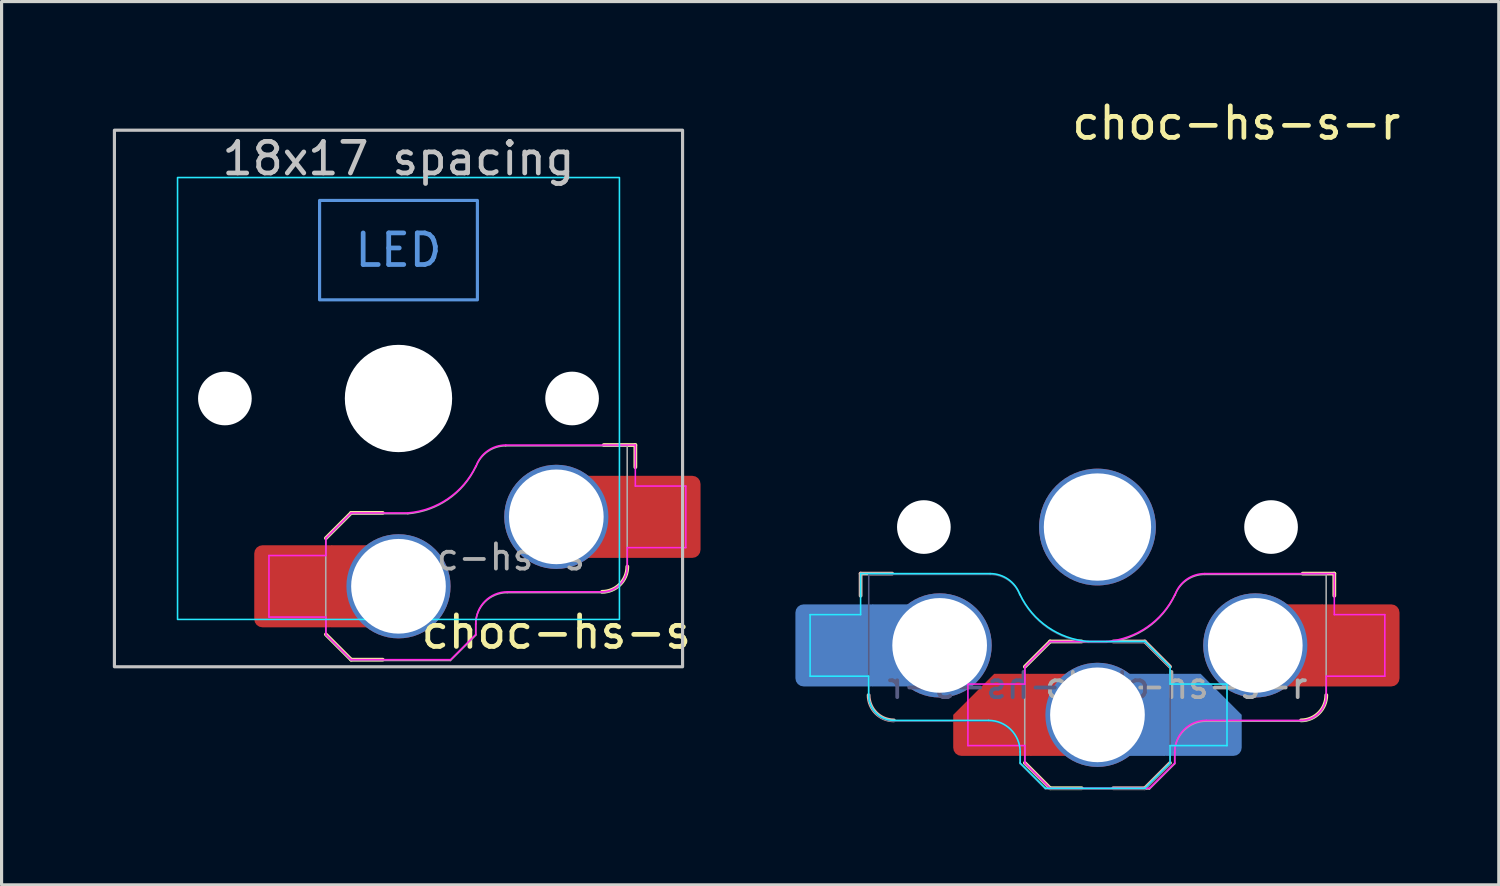
<source format=kicad_pcb>
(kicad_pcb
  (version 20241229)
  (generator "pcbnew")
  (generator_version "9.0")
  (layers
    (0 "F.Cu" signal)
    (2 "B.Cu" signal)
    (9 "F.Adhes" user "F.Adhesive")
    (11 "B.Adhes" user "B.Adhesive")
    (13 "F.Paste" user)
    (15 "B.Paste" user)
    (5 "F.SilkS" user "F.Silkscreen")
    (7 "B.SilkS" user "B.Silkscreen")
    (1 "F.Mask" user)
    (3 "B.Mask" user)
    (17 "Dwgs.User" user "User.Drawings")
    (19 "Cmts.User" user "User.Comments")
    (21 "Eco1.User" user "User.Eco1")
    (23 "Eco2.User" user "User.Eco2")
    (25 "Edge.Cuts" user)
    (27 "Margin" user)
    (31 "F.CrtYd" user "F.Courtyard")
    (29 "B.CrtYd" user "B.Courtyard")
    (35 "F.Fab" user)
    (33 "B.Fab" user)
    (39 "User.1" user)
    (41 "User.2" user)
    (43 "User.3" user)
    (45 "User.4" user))
  (footprint "choc-hs-s-r"
    (layer "F.Cu")
    (at 31.72 13.648)
    (property "Reference" "choc-hs-s-r" (at 4.4 -12.8 180) (layer "F.SilkS") (effects (font (size 1 1) (thickness 0.15))))
    (attr smd)
    (fp_line (start -2.3 7.475) (end -1.5 8.275) (stroke (width 0.12) (type solid)) (layer "F.SilkS"))
    (fp_line (start -1.5 3.625) (end -2.3 4.425) (stroke (width 0.12) (type solid)) (layer "F.SilkS"))
    (fp_line (start -1.5 3.625) (end -0.5 3.625) (stroke (width 0.12) (type solid)) (layer "F.SilkS"))
    (fp_line (start -1.5 8.275) (end -0.5 8.275) (stroke (width 0.12) (type solid)) (layer "F.SilkS"))
    (fp_line (start 7.504 1.475) (end 6.504 1.475) (stroke (width 0.12) (type solid)) (layer "F.SilkS"))
    (fp_line (start 7.504 1.475) (end 7.504 2.175) (stroke (width 0.12) (type solid)) (layer "F.SilkS"))
    (fp_arc (start 7.25 5.325) (mid 7.015685 5.890685) (end 6.45 6.125) (stroke (width 0.12) (type solid)) (layer "F.SilkS"))
    (fp_line (start -7.504 1.475) (end -7.504 2.175) (stroke (width 0.12) (type solid)) (layer "B.SilkS"))
    (fp_line (start -7.504 1.475) (end -6.504 1.475) (stroke (width 0.12) (type solid)) (layer "B.SilkS"))
    (fp_line (start 1.5 3.625) (end 0.5 3.625) (stroke (width 0.12) (type solid)) (layer "B.SilkS"))
    (fp_line (start 1.5 3.625) (end 2.3 4.425) (stroke (width 0.12) (type solid)) (layer "B.SilkS"))
    (fp_line (start 1.5 8.275) (end 0.5 8.275) (stroke (width 0.12) (type solid)) (layer "B.SilkS"))
    (fp_line (start 2.3 7.475) (end 1.5 8.275) (stroke (width 0.12) (type solid)) (layer "B.SilkS"))
    (fp_arc (start -6.450001 6.125) (mid -7.015686 5.890686) (end -7.25 5.325001) (stroke (width 0.12) (type solid)) (layer "B.SilkS"))
    (fp_line (start -9.104 4.725) (end -9.104 2.775) (stroke (width 0.05) (type solid)) (layer "B.CrtYd"))
    (fp_line (start -9.104 2.775) (end -7.504 2.775) (stroke (width 0.05) (type solid)) (layer "B.CrtYd"))
    (fp_line (start -7.504 2.175) (end -7.504 2.775) (stroke (width 0.05) (type solid)) (layer "B.CrtYd"))
    (fp_line (start -7.504 1.475) (end -7.504 2.175) (stroke (width 0.05) (type solid)) (layer "B.CrtYd"))
    (fp_line (start -7.504 1.475) (end -3.4 1.475) (stroke (width 0.05) (type solid)) (layer "B.CrtYd"))
    (fp_line (start -7.25 5.325) (end -7.25 4.725) (stroke (width 0.05) (type solid)) (layer "B.CrtYd"))
    (fp_line (start -7.25 4.725) (end -9.104 4.725) (stroke (width 0.05) (type solid)) (layer "B.CrtYd"))
    (fp_line (start -3.45 6.125) (end -6.45 6.125) (stroke (width 0.05) (type solid)) (layer "B.CrtYd"))
    (fp_line (start -2.45 7.475) (end -2.45 7.125) (stroke (width 0.05) (type solid)) (layer "B.CrtYd"))
    (fp_line (start -2.45 7.475) (end -1.65 8.275) (stroke (width 0.05) (type solid)) (layer "B.CrtYd"))
    (fp_line (start 1.5 3.625) (end -0.3 3.625) (stroke (width 0.05) (type solid)) (layer "B.CrtYd"))
    (fp_line (start 1.5 3.625) (end 2.3 4.425) (stroke (width 0.05) (type solid)) (layer "B.CrtYd"))
    (fp_line (start 1.5 8.275) (end -1.65 8.275) (stroke (width 0.05) (type solid)) (layer "B.CrtYd"))
    (fp_line (start 2.3 7.475) (end 1.5 8.275) (stroke (width 0.05) (type solid)) (layer "B.CrtYd"))
    (fp_line (start 2.3 7.475) (end 2.3 6.925) (stroke (width 0.05) (type solid)) (layer "B.CrtYd"))
    (fp_line (start 2.3 4.975) (end 2.3 4.425) (stroke (width 0.05) (type solid)) (layer "B.CrtYd"))
    (fp_line (start 4.104 4.975) (end 2.3 4.975) (stroke (width 0.05) (type solid)) (layer "B.CrtYd"))
    (fp_line (start 4.104 4.975) (end 4.104 6.925) (stroke (width 0.05) (type solid)) (layer "B.CrtYd"))
    (fp_line (start 4.104 6.925) (end 2.3 6.925) (stroke (width 0.05) (type solid)) (layer "B.CrtYd"))
    (fp_arc (start -6.450001 6.125) (mid -7.015686 5.890686) (end -7.25 5.325001) (stroke (width 0.05) (type solid)) (layer "B.CrtYd"))
    (fp_arc (start -3.450001 6.124999) (mid -2.742895 6.417893) (end -2.45 7.125) (stroke (width 0.05) (type solid)) (layer "B.CrtYd"))
    (fp_arc (start -3.4 1.475) (mid -2.826423 1.655848) (end -2.460307 2.13298) (stroke (width 0.05) (type solid)) (layer "B.CrtYd"))
    (fp_arc (start -0.299999 3.624999) (mid -1.577272 3.167235) (end -2.455442 2.132929) (stroke (width 0.05) (type solid)) (layer "B.CrtYd"))
    (fp_line (start -4.104 4.975) (end -4.104 6.925) (stroke (width 0.05) (type solid)) (layer "F.CrtYd"))
    (fp_line (start -4.104 4.975) (end -2.3 4.975) (stroke (width 0.05) (type solid)) (layer "F.CrtYd"))
    (fp_line (start -4.104 6.925) (end -2.3 6.925) (stroke (width 0.05) (type solid)) (layer "F.CrtYd"))
    (fp_line (start -2.3 4.975) (end -2.3 4.425) (stroke (width 0.05) (type solid)) (layer "F.CrtYd"))
    (fp_line (start -2.3 7.475) (end -2.3 6.925) (stroke (width 0.05) (type solid)) (layer "F.CrtYd"))
    (fp_line (start -2.3 7.475) (end -1.5 8.275) (stroke (width 0.05) (type solid)) (layer "F.CrtYd"))
    (fp_line (start -1.5 3.625) (end -2.3 4.425) (stroke (width 0.05) (type solid)) (layer "F.CrtYd"))
    (fp_line (start -1.5 3.625) (end 0.3 3.625) (stroke (width 0.05) (type solid)) (layer "F.CrtYd"))
    (fp_line (start -1.5 8.275) (end 1.65 8.275) (stroke (width 0.05) (type solid)) (layer "F.CrtYd"))
    (fp_line (start 2.45 7.475) (end 1.65 8.275) (stroke (width 0.05) (type solid)) (layer "F.CrtYd"))
    (fp_line (start 2.45 7.475) (end 2.45 7.125) (stroke (width 0.05) (type solid)) (layer "F.CrtYd"))
    (fp_line (start 3.45 6.125) (end 6.45 6.125) (stroke (width 0.05) (type solid)) (layer "F.CrtYd"))
    (fp_line (start 7.25 4.725) (end 9.104 4.725) (stroke (width 0.05) (type solid)) (layer "F.CrtYd"))
    (fp_line (start 7.25 5.325) (end 7.25 4.725) (stroke (width 0.05) (type solid)) (layer "F.CrtYd"))
    (fp_line (start 7.504 1.475) (end 3.4 1.475) (stroke (width 0.05) (type solid)) (layer "F.CrtYd"))
    (fp_line (start 7.504 1.475) (end 7.504 2.175) (stroke (width 0.05) (type solid)) (layer "F.CrtYd"))
    (fp_line (start 7.504 2.175) (end 7.504 2.775) (stroke (width 0.05) (type solid)) (layer "F.CrtYd"))
    (fp_line (start 9.104 2.775) (end 7.504 2.775) (stroke (width 0.05) (type solid)) (layer "F.CrtYd"))
    (fp_line (start 9.104 4.725) (end 9.104 2.775) (stroke (width 0.05) (type solid)) (layer "F.CrtYd"))
    (fp_arc (start 2.45 7.125) (mid 2.742893 6.417893) (end 3.45 6.125) (stroke (width 0.05) (type solid)) (layer "F.CrtYd"))
    (fp_arc (start 2.455444 2.13293) (mid 1.577272 3.167235) (end 0.299999 3.624999) (stroke (width 0.05) (type solid)) (layer "F.CrtYd"))
    (fp_arc (start 2.460307 2.13298) (mid 2.826423 1.655848) (end 3.4 1.475) (stroke (width 0.05) (type solid)) (layer "F.CrtYd"))
    (fp_arc (start 7.25 5.325) (mid 7.015685 5.890685) (end 6.45 6.125) (stroke (width 0.05) (type solid)) (layer "F.CrtYd"))
    (fp_line (start -7.246 1.5) (end -3.396 1.5) (stroke (width 0.05) (type solid)) (layer "B.Fab"))
    (fp_line (start -7.246 5.35) (end -7.246 1.5) (stroke (width 0.05) (type solid)) (layer "B.Fab"))
    (fp_line (start -3.446 6.15) (end -6.446 6.15) (stroke (width 0.05) (type solid)) (layer "B.Fab"))
    (fp_line (start -2.446 7.5) (end -2.446 7.15) (stroke (width 0.05) (type solid)) (layer "B.Fab"))
    (fp_line (start -2.446 7.5) (end -1.646 8.3) (stroke (width 0.05) (type solid)) (layer "B.Fab"))
    (fp_line (start 1.504 3.65) (end -0.296 3.65) (stroke (width 0.05) (type solid)) (layer "B.Fab"))
    (fp_line (start 1.504 3.65) (end 2.304 4.45) (stroke (width 0.05) (type solid)) (layer "B.Fab"))
    (fp_line (start 1.504 8.3) (end -1.646 8.3) (stroke (width 0.05) (type solid)) (layer "B.Fab"))
    (fp_line (start 2.304 7.5) (end 1.504 8.3) (stroke (width 0.05) (type solid)) (layer "B.Fab"))
    (fp_line (start 2.304 7.5) (end 2.304 4.45) (stroke (width 0.05) (type solid)) (layer "B.Fab"))
    (fp_arc (start -6.446 6.15) (mid -7.011685 5.915685) (end -7.245999 5.349999) (stroke (width 0.05) (type solid)) (layer "B.Fab"))
    (fp_arc (start -3.445999 6.149999) (mid -2.738892 6.442893) (end -2.445999 7.150001) (stroke (width 0.05) (type solid)) (layer "B.Fab"))
    (fp_arc (start -3.395998 1.500001) (mid -2.822421 1.680849) (end -2.456307 2.157982) (stroke (width 0.05) (type solid)) (layer "B.Fab"))
    (fp_arc (start -0.295999 3.650001) (mid -1.573274 3.192237) (end -2.451444 2.15793) (stroke (width 0.05) (type solid)) (layer "B.Fab"))
    (fp_line (start -2.304 7.5) (end -2.304 4.45) (stroke (width 0.05) (type solid)) (layer "F.Fab"))
    (fp_line (start -2.304 7.5) (end -1.504 8.3) (stroke (width 0.05) (type solid)) (layer "F.Fab"))
    (fp_line (start -1.504 3.65) (end -2.304 4.45) (stroke (width 0.05) (type solid)) (layer "F.Fab"))
    (fp_line (start -1.504 3.65) (end 0.296 3.65) (stroke (width 0.05) (type solid)) (layer "F.Fab"))
    (fp_line (start -1.504 8.3) (end 1.646 8.3) (stroke (width 0.05) (type solid)) (layer "F.Fab"))
    (fp_line (start 2.446 7.5) (end 1.646 8.3) (stroke (width 0.05) (type solid)) (layer "F.Fab"))
    (fp_line (start 2.446 7.5) (end 2.446 7.15) (stroke (width 0.05) (type solid)) (layer "F.Fab"))
    (fp_line (start 3.446 6.15) (end 6.446 6.15) (stroke (width 0.05) (type solid)) (layer "F.Fab"))
    (fp_line (start 7.246 1.5) (end 3.396 1.5) (stroke (width 0.05) (type solid)) (layer "F.Fab"))
    (fp_line (start 7.246 5.35) (end 7.246 1.5) (stroke (width 0.05) (type solid)) (layer "F.Fab"))
    (fp_arc (start 2.446 7.15) (mid 2.738893 6.442893) (end 3.446 6.15) (stroke (width 0.05) (type solid)) (layer "F.Fab"))
    (fp_arc (start 2.451444 2.15793) (mid 1.573272 3.192235) (end 0.295999 3.649999) (stroke (width 0.05) (type solid)) (layer "F.Fab"))
    (fp_arc (start 2.456307 2.15798) (mid 2.822423 1.680848) (end 3.396 1.5) (stroke (width 0.05) (type solid)) (layer "F.Fab"))
    (fp_arc (start 7.246 5.35) (mid 7.011685 5.915685) (end 6.446 6.15) (stroke (width 0.05) (type solid)) (layer "F.Fab"))
    (fp_text user "${REFERENCE}" (at -2.496 5.025 0) (layer "B.Fab") (effects (font (size 0.8 0.8) (thickness 0.12)) (justify mirror)))
    (fp_text user "${REFERENCE}" (at 2.496 5.025 0) (layer "F.Fab") (effects (font (size 0.8 0.8) (thickness 0.12))))
    (pad "" np_thru_hole circle (at -5.5 0.000002) (size 1.7 1.7) (drill 1.7) (layers "*.Cu" "*.Mask"))
    (pad "" thru_hole circle (at 0 0) (size 3.7 3.7) (drill 3.4) (layers "*.Cu" "*.Mask"))
    (pad "" np_thru_hole circle (at 5.5 -0.000002) (size 1.7 1.7) (drill 1.7) (layers "*.Cu" "*.Mask"))
    (pad "1" smd roundrect (at -8.245 3.75 180) (size 2.65 2.6) (layers "B.Cu" "B.Mask" "B.Paste") (roundrect_rratio 0.1))
    (pad "1" smd rect (at -6.55 3.75 180) (size 1.2 2.6) (layers "B.Cu"))
    (pad "1" thru_hole circle (at -5 3.75 180) (size 3.3 3.3) (drill 3) (layers "*.Cu" "B.Mask"))
    (pad "1" thru_hole circle (at 5 3.75) (size 3.3 3.3) (drill 3) (layers "*.Cu" "F.Mask"))
    (pad "1" smd rect (at 6.55 3.75) (size 1.2 2.6) (layers "F.Cu"))
    (pad "1" smd roundrect (at 8.245 3.75) (size 2.65 2.6) (layers "F.Cu" "F.Mask" "F.Paste") (roundrect_rratio 0.1))
    (pad "2" smd roundrect (at -3.245 5.95) (size 2.65 2.6) (layers "F.Cu" "F.Mask" "F.Paste") (roundrect_rratio 0.1) (chamfer_ratio 0.5) (chamfer top_left))
    (pad "2" smd rect (at -1.55 5.95 180) (size 1.2 2.6) (layers "F.Cu"))
    (pad "2" thru_hole circle (at 0.000001 5.95 180) (size 3.3 3.3) (drill 3) (layers "*.Cu" "B.Mask"))
    (pad "2" smd rect (at 1.55 5.95) (size 1.2 2.6) (layers "B.Cu"))
    (pad "2" smd roundrect (at 3.245 5.95 180) (size 2.65 2.6) (layers "B.Cu" "B.Mask" "B.Paste") (roundrect_rratio 0.1) (chamfer_ratio 0.5) (chamfer bottom_left)))
  (footprint "choc-hs-s"
    (layer "F.Cu")
    (at 9.575 9.575)
    (property "Reference" "choc-hs-s" (at 5 7.4 180) (layer "F.SilkS") (effects (font (size 1 1) (thickness 0.15))))
    (attr smd)
    (fp_line (start -2.3 7.475) (end -1.5 8.275) (stroke (width 0.12) (type solid)) (layer "F.SilkS"))
    (fp_line (start -1.5 3.625) (end -2.3 4.425) (stroke (width 0.12) (type solid)) (layer "F.SilkS"))
    (fp_line (start -1.5 3.625) (end -0.5 3.625) (stroke (width 0.12) (type solid)) (layer "F.SilkS"))
    (fp_line (start -1.5 8.275) (end -0.5 8.275) (stroke (width 0.12) (type solid)) (layer "F.SilkS"))
    (fp_line (start 7.504 1.475) (end 6.504 1.475) (stroke (width 0.12) (type solid)) (layer "F.SilkS"))
    (fp_line (start 7.504 1.475) (end 7.504 2.175) (stroke (width 0.12) (type solid)) (layer "F.SilkS"))
    (fp_arc (start 7.25 5.325) (mid 7.015685 5.890685) (end 6.45 6.125) (stroke (width 0.12) (type solid)) (layer "F.SilkS"))
    (fp_rect (start -9 -8.5) (end 9 8.5) (stroke (width 0.1) (type default)) (fill no) (layer "Dwgs.User"))
    (fp_rect (start -2.5 -6.275) (end 2.5 -3.125) (stroke (width 0.1) (type default)) (fill no) (layer "Cmts.User"))
    (fp_rect (start -9.525 -9.525) (end 9.525 9.525) (stroke (width 0.1) (type default)) (fill no) (layer "Eco1.User"))
    (fp_line (start -6.95 -6.45) (end -6.95 6.45) (stroke (width 0.05) (type solid)) (layer "Eco2.User"))
    (fp_line (start -6.45 6.95) (end 6.45 6.95) (stroke (width 0.05) (type solid)) (layer "Eco2.User"))
    (fp_line (start 6.45 -6.95) (end -6.45 -6.95) (stroke (width 0.05) (type solid)) (layer "Eco2.User"))
    (fp_line (start 6.95 6.45) (end 6.95 -6.45) (stroke (width 0.05) (type solid)) (layer "Eco2.User"))
    (fp_arc (start -6.95 -6.45) (mid -6.803553 -6.803553) (end -6.45 -6.95) (stroke (width 0.05) (type solid)) (layer "Eco2.User"))
    (fp_arc (start -6.45 6.95) (mid -6.803553 6.803553) (end -6.95 6.45) (stroke (width 0.05) (type solid)) (layer "Eco2.User"))
    (fp_arc (start 6.45 -6.95) (mid 6.803553 -6.803553) (end 6.95 -6.45) (stroke (width 0.05) (type solid)) (layer "Eco2.User"))
    (fp_arc (start 6.95 6.45) (mid 6.803553 6.803553) (end 6.45 6.95) (stroke (width 0.05) (type solid)) (layer "Eco2.User"))
    (fp_rect (start -7 -7) (end 7 7) (stroke (width 0.05) (type default)) (fill no) (layer "B.CrtYd"))
    (fp_line (start -4.104 4.975) (end -4.104 6.925) (stroke (width 0.05) (type solid)) (layer "F.CrtYd"))
    (fp_line (start -4.104 4.975) (end -2.3 4.975) (stroke (width 0.05) (type solid)) (layer "F.CrtYd"))
    (fp_line (start -4.104 6.925) (end -2.3 6.925) (stroke (width 0.05) (type solid)) (layer "F.CrtYd"))
    (fp_line (start -2.3 4.975) (end -2.3 4.425) (stroke (width 0.05) (type solid)) (layer "F.CrtYd"))
    (fp_line (start -2.3 7.475) (end -2.3 6.925) (stroke (width 0.05) (type solid)) (layer "F.CrtYd"))
    (fp_line (start -2.3 7.475) (end -1.5 8.275) (stroke (width 0.05) (type solid)) (layer "F.CrtYd"))
    (fp_line (start -1.5 3.625) (end -2.3 4.425) (stroke (width 0.05) (type solid)) (layer "F.CrtYd"))
    (fp_line (start -1.5 3.625) (end 0.3 3.625) (stroke (width 0.05) (type solid)) (layer "F.CrtYd"))
    (fp_line (start -1.5 8.275) (end 1.65 8.275) (stroke (width 0.05) (type solid)) (layer "F.CrtYd"))
    (fp_line (start 2.45 7.475) (end 1.65 8.275) (stroke (width 0.05) (type solid)) (layer "F.CrtYd"))
    (fp_line (start 2.45 7.475) (end 2.45 7.125) (stroke (width 0.05) (type solid)) (layer "F.CrtYd"))
    (fp_line (start 3.45 6.125) (end 6.45 6.125) (stroke (width 0.05) (type solid)) (layer "F.CrtYd"))
    (fp_line (start 7.25 4.725) (end 9.104 4.725) (stroke (width 0.05) (type solid)) (layer "F.CrtYd"))
    (fp_line (start 7.25 5.325) (end 7.25 4.725) (stroke (width 0.05) (type solid)) (layer "F.CrtYd"))
    (fp_line (start 7.504 1.475) (end 3.4 1.475) (stroke (width 0.05) (type solid)) (layer "F.CrtYd"))
    (fp_line (start 7.504 1.475) (end 7.504 2.175) (stroke (width 0.05) (type solid)) (layer "F.CrtYd"))
    (fp_line (start 7.504 2.175) (end 7.504 2.775) (stroke (width 0.05) (type solid)) (layer "F.CrtYd"))
    (fp_line (start 9.104 2.775) (end 7.504 2.775) (stroke (width 0.05) (type solid)) (layer "F.CrtYd"))
    (fp_line (start 9.104 4.725) (end 9.104 2.775) (stroke (width 0.05) (type solid)) (layer "F.CrtYd"))
    (fp_arc (start 2.45 7.125) (mid 2.742893 6.417893) (end 3.45 6.125) (stroke (width 0.05) (type solid)) (layer "F.CrtYd"))
    (fp_arc (start 2.455444 2.13293) (mid 1.577272 3.167235) (end 0.299999 3.624999) (stroke (width 0.05) (type solid)) (layer "F.CrtYd"))
    (fp_arc (start 2.460307 2.13298) (mid 2.826423 1.655848) (end 3.4 1.475) (stroke (width 0.05) (type solid)) (layer "F.CrtYd"))
    (fp_arc (start 7.25 5.325) (mid 7.015685 5.890685) (end 6.45 6.125) (stroke (width 0.05) (type solid)) (layer "F.CrtYd"))
    (fp_line (start -2.304 7.5) (end -2.304 4.45) (stroke (width 0.05) (type solid)) (layer "F.Fab"))
    (fp_line (start -2.304 7.5) (end -1.504 8.3) (stroke (width 0.05) (type solid)) (layer "F.Fab"))
    (fp_line (start -1.504 3.65) (end -2.304 4.45) (stroke (width 0.05) (type solid)) (layer "F.Fab"))
    (fp_line (start -1.504 3.65) (end 0.296 3.65) (stroke (width 0.05) (type solid)) (layer "F.Fab"))
    (fp_line (start -1.504 8.3) (end 1.646 8.3) (stroke (width 0.05) (type solid)) (layer "F.Fab"))
    (fp_line (start 2.446 7.5) (end 1.646 8.3) (stroke (width 0.05) (type solid)) (layer "F.Fab"))
    (fp_line (start 2.446 7.5) (end 2.446 7.15) (stroke (width 0.05) (type solid)) (layer "F.Fab"))
    (fp_line (start 3.446 6.15) (end 6.446 6.15) (stroke (width 0.05) (type solid)) (layer "F.Fab"))
    (fp_line (start 7.246 1.5) (end 3.396 1.5) (stroke (width 0.05) (type solid)) (layer "F.Fab"))
    (fp_line (start 7.246 5.35) (end 7.246 1.5) (stroke (width 0.05) (type solid)) (layer "F.Fab"))
    (fp_arc (start 2.446 7.15) (mid 2.738893 6.442893) (end 3.446 6.15) (stroke (width 0.05) (type solid)) (layer "F.Fab"))
    (fp_arc (start 2.451444 2.15793) (mid 1.573272 3.192235) (end 0.295999 3.649999) (stroke (width 0.05) (type solid)) (layer "F.Fab"))
    (fp_arc (start 2.456307 2.15798) (mid 2.822423 1.680848) (end 3.396 1.5) (stroke (width 0.05) (type solid)) (layer "F.Fab"))
    (fp_arc (start 7.246 5.35) (mid 7.011685 5.915685) (end 6.446 6.15) (stroke (width 0.05) (type solid)) (layer "F.Fab"))
    (fp_text user "18x17 spacing" (at 0 -7.6 180) (layer "Dwgs.User") (effects (font (size 1 1) (thickness 0.15))))
    (fp_text user "LED" (at 0 -4.7 0) (unlocked yes) (layer "Cmts.User") (effects (font (size 1 1) (thickness 0.15))))
    (fp_text user "19.05 spacing" (at 0 -8.7 180) (layer "Eco1.User") (effects (font (size 1 1) (thickness 0.15))))
    (fp_text user "${REFERENCE}" (at 2.496 5.025 0) (layer "F.Fab") (effects (font (size 0.8 0.8) (thickness 0.12))))
    (pad "" np_thru_hole circle (at -5.5 0 180) (size 1.7 1.7) (drill 1.7) (layers "*.Cu" "*.Mask"))
    (pad "" np_thru_hole circle (at 0 0 180) (size 3.4 3.4) (drill 3.4) (layers "*.Cu" "*.Mask"))
    (pad "" np_thru_hole circle (at 5.5 0 180) (size 1.7 1.7) (drill 1.7) (layers "*.Cu" "*.Mask"))
    (pad "1" thru_hole circle (at 5 3.75) (size 3.3 3.3) (drill 3) (layers "*.Cu" "F.Mask"))
    (pad "1" smd rect (at 6.55 3.75) (size 1.2 2.6) (layers "F.Cu"))
    (pad "1" smd roundrect (at 8.245 3.75) (size 2.65 2.6) (layers "F.Cu" "F.Mask" "F.Paste") (roundrect_rratio 0.1))
    (pad "2" smd roundrect (at -3.245 5.95) (size 2.65 2.6) (layers "F.Cu" "F.Mask" "F.Paste") (roundrect_rratio 0.1))
    (pad "2" smd rect (at -1.55 5.95 180) (size 1.2 2.6) (layers "F.Cu"))
    (pad "2" thru_hole circle (at 0 5.95) (size 3.3 3.3) (drill 3) (layers "*.Cu" "F.Mask")))
  (gr_rect
    (start -3 -3)
    (end 44.435 24.983)
    (stroke (width 0.1) (type default))
    (fill no)
    (layer "Edge.Cuts")))
</source>
